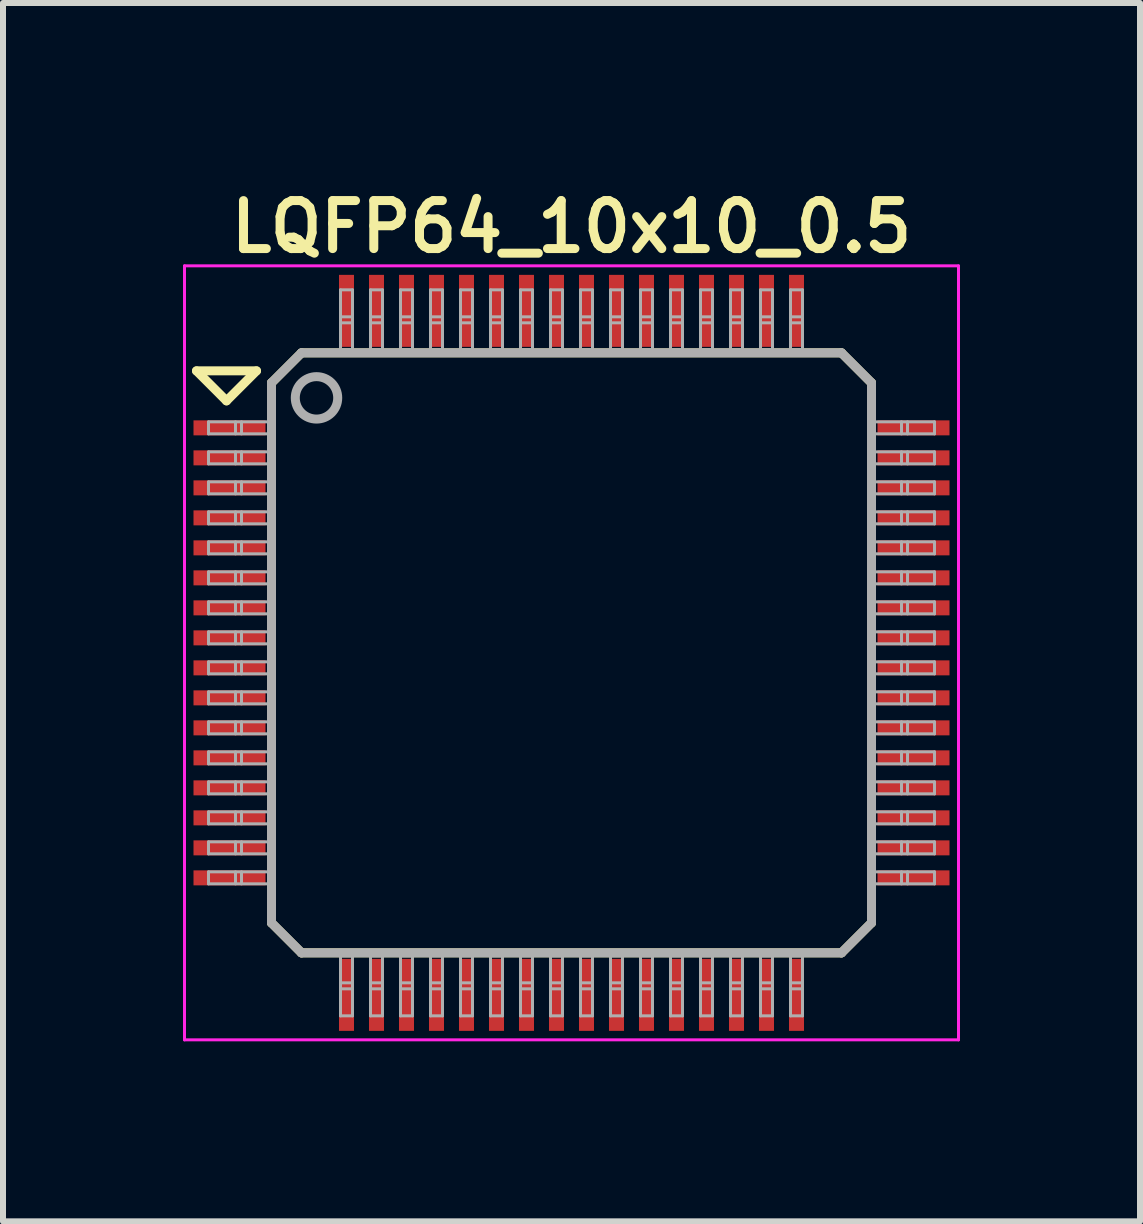
<source format=kicad_pcb>
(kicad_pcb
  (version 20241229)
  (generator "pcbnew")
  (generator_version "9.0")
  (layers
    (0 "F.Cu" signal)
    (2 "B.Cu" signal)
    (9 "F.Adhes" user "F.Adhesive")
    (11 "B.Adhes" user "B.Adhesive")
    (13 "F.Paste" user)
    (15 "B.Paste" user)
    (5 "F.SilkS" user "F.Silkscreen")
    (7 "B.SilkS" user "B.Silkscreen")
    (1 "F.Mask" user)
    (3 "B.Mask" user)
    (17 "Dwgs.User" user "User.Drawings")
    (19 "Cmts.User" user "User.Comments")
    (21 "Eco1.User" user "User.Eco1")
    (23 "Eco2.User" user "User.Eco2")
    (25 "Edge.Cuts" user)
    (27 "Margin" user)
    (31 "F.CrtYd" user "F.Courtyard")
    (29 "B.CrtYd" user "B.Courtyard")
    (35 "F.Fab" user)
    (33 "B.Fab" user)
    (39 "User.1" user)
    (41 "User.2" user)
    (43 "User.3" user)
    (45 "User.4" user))
  (footprint "LQFP64_10x10_0.5"
    (layer "F.Cu")
    (at 6.475 7.831)
    (property "Reference" "LQFP64_10x10_0.5" (at 0 -7.1 0) (layer "F.SilkS") (effects (font (size 0.8 0.8) (thickness 0.15))))
    (attr smd)
    (fp_line (start -6.25 -4.7) (end -5.25 -4.7) (stroke (width 0.15) (type solid)) (layer "F.SilkS"))
    (fp_line (start -5.75 -4.2) (end -6.25 -4.7) (stroke (width 0.15) (type solid)) (layer "F.SilkS"))
    (fp_line (start -5.25 -4.7) (end -5.75 -4.2) (stroke (width 0.15) (type solid)) (layer "F.SilkS"))
    (fp_line (start -5 -4.5) (end -5 4.5) (stroke (width 0.15) (type solid)) (layer "F.SilkS"))
    (fp_line (start -5 4.5) (end -4.5 5) (stroke (width 0.15) (type solid)) (layer "F.SilkS"))
    (fp_line (start -4.5 -5) (end -5 -4.5) (stroke (width 0.15) (type solid)) (layer "F.SilkS"))
    (fp_line (start -4.5 5) (end 4.5 5) (stroke (width 0.15) (type solid)) (layer "F.SilkS"))
    (fp_line (start 4.5 -5) (end -4.5 -5) (stroke (width 0.15) (type solid)) (layer "F.SilkS"))
    (fp_line (start 4.5 5) (end 5 4.5) (stroke (width 0.15) (type solid)) (layer "F.SilkS"))
    (fp_line (start 5 -4.5) (end 4.5 -5) (stroke (width 0.15) (type solid)) (layer "F.SilkS"))
    (fp_line (start 5 4.5) (end 5 -4.5) (stroke (width 0.15) (type solid)) (layer "F.SilkS"))
    (fp_line (start -6.45 -6.45) (end -6.45 6.45) (stroke (width 0.05) (type solid)) (layer "F.CrtYd"))
    (fp_line (start -6.45 -6.45) (end 6.45 -6.45) (stroke (width 0.05) (type solid)) (layer "F.CrtYd"))
    (fp_line (start -6.45 6.45) (end 6.45 6.45) (stroke (width 0.05) (type solid)) (layer "F.CrtYd"))
    (fp_line (start 6.45 -6.45) (end 6.45 6.45) (stroke (width 0.05) (type solid)) (layer "F.CrtYd"))
    (fp_line (start -6.05 -3.85) (end -5.05 -3.85) (stroke (width 0.05) (type solid)) (layer "F.Fab"))
    (fp_line (start -6.05 -3.65) (end -6.05 -3.85) (stroke (width 0.05) (type solid)) (layer "F.Fab"))
    (fp_line (start -6.05 -3.65) (end -5.05 -3.65) (stroke (width 0.05) (type solid)) (layer "F.Fab"))
    (fp_line (start -6.05 -3.35) (end -5.05 -3.35) (stroke (width 0.05) (type solid)) (layer "F.Fab"))
    (fp_line (start -6.05 -3.15) (end -6.05 -3.35) (stroke (width 0.05) (type solid)) (layer "F.Fab"))
    (fp_line (start -6.05 -3.15) (end -5.05 -3.15) (stroke (width 0.05) (type solid)) (layer "F.Fab"))
    (fp_line (start -6.05 -2.85) (end -5.05 -2.85) (stroke (width 0.05) (type solid)) (layer "F.Fab"))
    (fp_line (start -6.05 -2.65) (end -6.05 -2.85) (stroke (width 0.05) (type solid)) (layer "F.Fab"))
    (fp_line (start -6.05 -2.65) (end -5.05 -2.65) (stroke (width 0.05) (type solid)) (layer "F.Fab"))
    (fp_line (start -6.05 -2.35) (end -5.05 -2.35) (stroke (width 0.05) (type solid)) (layer "F.Fab"))
    (fp_line (start -6.05 -2.15) (end -6.05 -2.35) (stroke (width 0.05) (type solid)) (layer "F.Fab"))
    (fp_line (start -6.05 -2.15) (end -5.05 -2.15) (stroke (width 0.05) (type solid)) (layer "F.Fab"))
    (fp_line (start -6.05 -1.85) (end -5.05 -1.85) (stroke (width 0.05) (type solid)) (layer "F.Fab"))
    (fp_line (start -6.05 -1.65) (end -6.05 -1.85) (stroke (width 0.05) (type solid)) (layer "F.Fab"))
    (fp_line (start -6.05 -1.65) (end -5.05 -1.65) (stroke (width 0.05) (type solid)) (layer "F.Fab"))
    (fp_line (start -6.05 -1.35) (end -5.05 -1.35) (stroke (width 0.05) (type solid)) (layer "F.Fab"))
    (fp_line (start -6.05 -1.15) (end -6.05 -1.35) (stroke (width 0.05) (type solid)) (layer "F.Fab"))
    (fp_line (start -6.05 -1.15) (end -5.05 -1.15) (stroke (width 0.05) (type solid)) (layer "F.Fab"))
    (fp_line (start -6.05 -0.85) (end -5.05 -0.85) (stroke (width 0.05) (type solid)) (layer "F.Fab"))
    (fp_line (start -6.05 -0.65) (end -6.05 -0.85) (stroke (width 0.05) (type solid)) (layer "F.Fab"))
    (fp_line (start -6.05 -0.65) (end -5.05 -0.65) (stroke (width 0.05) (type solid)) (layer "F.Fab"))
    (fp_line (start -6.05 -0.35) (end -5.05 -0.35) (stroke (width 0.05) (type solid)) (layer "F.Fab"))
    (fp_line (start -6.05 -0.15) (end -6.05 -0.35) (stroke (width 0.05) (type solid)) (layer "F.Fab"))
    (fp_line (start -6.05 -0.15) (end -5.05 -0.15) (stroke (width 0.05) (type solid)) (layer "F.Fab"))
    (fp_line (start -6.05 0.15) (end -5.05 0.15) (stroke (width 0.05) (type solid)) (layer "F.Fab"))
    (fp_line (start -6.05 0.35) (end -6.05 0.15) (stroke (width 0.05) (type solid)) (layer "F.Fab"))
    (fp_line (start -6.05 0.35) (end -5.05 0.35) (stroke (width 0.05) (type solid)) (layer "F.Fab"))
    (fp_line (start -6.05 0.65) (end -5.05 0.65) (stroke (width 0.05) (type solid)) (layer "F.Fab"))
    (fp_line (start -6.05 0.85) (end -6.05 0.65) (stroke (width 0.05) (type solid)) (layer "F.Fab"))
    (fp_line (start -6.05 0.85) (end -5.05 0.85) (stroke (width 0.05) (type solid)) (layer "F.Fab"))
    (fp_line (start -6.05 1.15) (end -5.05 1.15) (stroke (width 0.05) (type solid)) (layer "F.Fab"))
    (fp_line (start -6.05 1.35) (end -6.05 1.15) (stroke (width 0.05) (type solid)) (layer "F.Fab"))
    (fp_line (start -6.05 1.35) (end -5.05 1.35) (stroke (width 0.05) (type solid)) (layer "F.Fab"))
    (fp_line (start -6.05 1.65) (end -5.05 1.65) (stroke (width 0.05) (type solid)) (layer "F.Fab"))
    (fp_line (start -6.05 1.85) (end -6.05 1.65) (stroke (width 0.05) (type solid)) (layer "F.Fab"))
    (fp_line (start -6.05 1.85) (end -5.05 1.85) (stroke (width 0.05) (type solid)) (layer "F.Fab"))
    (fp_line (start -6.05 2.15) (end -5.05 2.15) (stroke (width 0.05) (type solid)) (layer "F.Fab"))
    (fp_line (start -6.05 2.35) (end -6.05 2.15) (stroke (width 0.05) (type solid)) (layer "F.Fab"))
    (fp_line (start -6.05 2.35) (end -5.05 2.35) (stroke (width 0.05) (type solid)) (layer "F.Fab"))
    (fp_line (start -6.05 2.65) (end -5.05 2.65) (stroke (width 0.05) (type solid)) (layer "F.Fab"))
    (fp_line (start -6.05 2.85) (end -6.05 2.65) (stroke (width 0.05) (type solid)) (layer "F.Fab"))
    (fp_line (start -6.05 2.85) (end -5.05 2.85) (stroke (width 0.05) (type solid)) (layer "F.Fab"))
    (fp_line (start -6.05 3.15) (end -5.05 3.15) (stroke (width 0.05) (type solid)) (layer "F.Fab"))
    (fp_line (start -6.05 3.35) (end -6.05 3.15) (stroke (width 0.05) (type solid)) (layer "F.Fab"))
    (fp_line (start -6.05 3.35) (end -5.05 3.35) (stroke (width 0.05) (type solid)) (layer "F.Fab"))
    (fp_line (start -6.05 3.65) (end -5.05 3.65) (stroke (width 0.05) (type solid)) (layer "F.Fab"))
    (fp_line (start -6.05 3.85) (end -6.05 3.65) (stroke (width 0.05) (type solid)) (layer "F.Fab"))
    (fp_line (start -6.05 3.85) (end -5.05 3.85) (stroke (width 0.05) (type solid)) (layer "F.Fab"))
    (fp_line (start -5.6 -3.65) (end -5.6 -3.85) (stroke (width 0.05) (type solid)) (layer "F.Fab"))
    (fp_line (start -5.6 -3.15) (end -5.6 -3.35) (stroke (width 0.05) (type solid)) (layer "F.Fab"))
    (fp_line (start -5.6 -2.65) (end -5.6 -2.85) (stroke (width 0.05) (type solid)) (layer "F.Fab"))
    (fp_line (start -5.6 -2.15) (end -5.6 -2.35) (stroke (width 0.05) (type solid)) (layer "F.Fab"))
    (fp_line (start -5.6 -1.65) (end -5.6 -1.85) (stroke (width 0.05) (type solid)) (layer "F.Fab"))
    (fp_line (start -5.6 -1.15) (end -5.6 -1.35) (stroke (width 0.05) (type solid)) (layer "F.Fab"))
    (fp_line (start -5.6 -0.65) (end -5.6 -0.85) (stroke (width 0.05) (type solid)) (layer "F.Fab"))
    (fp_line (start -5.6 -0.15) (end -5.6 -0.35) (stroke (width 0.05) (type solid)) (layer "F.Fab"))
    (fp_line (start -5.6 0.35) (end -5.6 0.15) (stroke (width 0.05) (type solid)) (layer "F.Fab"))
    (fp_line (start -5.6 0.85) (end -5.6 0.65) (stroke (width 0.05) (type solid)) (layer "F.Fab"))
    (fp_line (start -5.6 1.35) (end -5.6 1.15) (stroke (width 0.05) (type solid)) (layer "F.Fab"))
    (fp_line (start -5.6 1.85) (end -5.6 1.65) (stroke (width 0.05) (type solid)) (layer "F.Fab"))
    (fp_line (start -5.6 2.35) (end -5.6 2.15) (stroke (width 0.05) (type solid)) (layer "F.Fab"))
    (fp_line (start -5.6 2.85) (end -5.6 2.65) (stroke (width 0.05) (type solid)) (layer "F.Fab"))
    (fp_line (start -5.6 3.35) (end -5.6 3.15) (stroke (width 0.05) (type solid)) (layer "F.Fab"))
    (fp_line (start -5.6 3.85) (end -5.6 3.65) (stroke (width 0.05) (type solid)) (layer "F.Fab"))
    (fp_line (start -5.5 -3.65) (end -5.5 -3.85) (stroke (width 0.05) (type solid)) (layer "F.Fab"))
    (fp_line (start -5.5 -3.15) (end -5.5 -3.35) (stroke (width 0.05) (type solid)) (layer "F.Fab"))
    (fp_line (start -5.5 -2.65) (end -5.5 -2.85) (stroke (width 0.05) (type solid)) (layer "F.Fab"))
    (fp_line (start -5.5 -2.15) (end -5.5 -2.35) (stroke (width 0.05) (type solid)) (layer "F.Fab"))
    (fp_line (start -5.5 -1.65) (end -5.5 -1.85) (stroke (width 0.05) (type solid)) (layer "F.Fab"))
    (fp_line (start -5.5 -1.15) (end -5.5 -1.35) (stroke (width 0.05) (type solid)) (layer "F.Fab"))
    (fp_line (start -5.5 -0.65) (end -5.5 -0.85) (stroke (width 0.05) (type solid)) (layer "F.Fab"))
    (fp_line (start -5.5 -0.15) (end -5.5 -0.35) (stroke (width 0.05) (type solid)) (layer "F.Fab"))
    (fp_line (start -5.5 0.35) (end -5.5 0.15) (stroke (width 0.05) (type solid)) (layer "F.Fab"))
    (fp_line (start -5.5 0.85) (end -5.5 0.65) (stroke (width 0.05) (type solid)) (layer "F.Fab"))
    (fp_line (start -5.5 1.35) (end -5.5 1.15) (stroke (width 0.05) (type solid)) (layer "F.Fab"))
    (fp_line (start -5.5 1.85) (end -5.5 1.65) (stroke (width 0.05) (type solid)) (layer "F.Fab"))
    (fp_line (start -5.5 2.35) (end -5.5 2.15) (stroke (width 0.05) (type solid)) (layer "F.Fab"))
    (fp_line (start -5.5 2.85) (end -5.5 2.65) (stroke (width 0.05) (type solid)) (layer "F.Fab"))
    (fp_line (start -5.5 3.35) (end -5.5 3.15) (stroke (width 0.05) (type solid)) (layer "F.Fab"))
    (fp_line (start -5.5 3.85) (end -5.5 3.65) (stroke (width 0.05) (type solid)) (layer "F.Fab"))
    (fp_line (start -5.05 -3.65) (end -5.05 -3.85) (stroke (width 0.05) (type solid)) (layer "F.Fab"))
    (fp_line (start -5.05 -3.15) (end -5.05 -3.35) (stroke (width 0.05) (type solid)) (layer "F.Fab"))
    (fp_line (start -5.05 -2.65) (end -5.05 -2.85) (stroke (width 0.05) (type solid)) (layer "F.Fab"))
    (fp_line (start -5.05 -2.15) (end -5.05 -2.35) (stroke (width 0.05) (type solid)) (layer "F.Fab"))
    (fp_line (start -5.05 -1.65) (end -5.05 -1.85) (stroke (width 0.05) (type solid)) (layer "F.Fab"))
    (fp_line (start -5.05 -1.15) (end -5.05 -1.35) (stroke (width 0.05) (type solid)) (layer "F.Fab"))
    (fp_line (start -5.05 -0.65) (end -5.05 -0.85) (stroke (width 0.05) (type solid)) (layer "F.Fab"))
    (fp_line (start -5.05 -0.15) (end -5.05 -0.35) (stroke (width 0.05) (type solid)) (layer "F.Fab"))
    (fp_line (start -5.05 0.35) (end -5.05 0.15) (stroke (width 0.05) (type solid)) (layer "F.Fab"))
    (fp_line (start -5.05 0.85) (end -5.05 0.65) (stroke (width 0.05) (type solid)) (layer "F.Fab"))
    (fp_line (start -5.05 1.35) (end -5.05 1.15) (stroke (width 0.05) (type solid)) (layer "F.Fab"))
    (fp_line (start -5.05 1.85) (end -5.05 1.65) (stroke (width 0.05) (type solid)) (layer "F.Fab"))
    (fp_line (start -5.05 2.35) (end -5.05 2.15) (stroke (width 0.05) (type solid)) (layer "F.Fab"))
    (fp_line (start -5.05 2.85) (end -5.05 2.65) (stroke (width 0.05) (type solid)) (layer "F.Fab"))
    (fp_line (start -5.05 3.35) (end -5.05 3.15) (stroke (width 0.05) (type solid)) (layer "F.Fab"))
    (fp_line (start -5.05 3.85) (end -5.05 3.65) (stroke (width 0.05) (type solid)) (layer "F.Fab"))
    (fp_line (start -5 -4.5) (end -5 4.5) (stroke (width 0.15) (type solid)) (layer "F.Fab"))
    (fp_line (start -5 -4.5) (end -4.5 -5) (stroke (width 0.15) (type solid)) (layer "F.Fab"))
    (fp_line (start -5 4.5) (end -4.5 5) (stroke (width 0.15) (type solid)) (layer "F.Fab"))
    (fp_line (start -4.5 -5) (end 4.5 -5) (stroke (width 0.15) (type solid)) (layer "F.Fab"))
    (fp_line (start -4.5 5) (end 4.5 5) (stroke (width 0.15) (type solid)) (layer "F.Fab"))
    (fp_line (start -3.85 -6.05) (end -3.85 -5.05) (stroke (width 0.05) (type solid)) (layer "F.Fab"))
    (fp_line (start -3.85 -6.05) (end -3.65 -6.05) (stroke (width 0.05) (type solid)) (layer "F.Fab"))
    (fp_line (start -3.85 -5.6) (end -3.65 -5.6) (stroke (width 0.05) (type solid)) (layer "F.Fab"))
    (fp_line (start -3.85 -5.5) (end -3.65 -5.5) (stroke (width 0.05) (type solid)) (layer "F.Fab"))
    (fp_line (start -3.85 -5.05) (end -3.65 -5.05) (stroke (width 0.05) (type solid)) (layer "F.Fab"))
    (fp_line (start -3.85 5.05) (end -3.85 6.05) (stroke (width 0.05) (type solid)) (layer "F.Fab"))
    (fp_line (start -3.85 5.05) (end -3.65 5.05) (stroke (width 0.05) (type solid)) (layer "F.Fab"))
    (fp_line (start -3.85 5.5) (end -3.65 5.5) (stroke (width 0.05) (type solid)) (layer "F.Fab"))
    (fp_line (start -3.85 5.6) (end -3.65 5.6) (stroke (width 0.05) (type solid)) (layer "F.Fab"))
    (fp_line (start -3.85 6.05) (end -3.65 6.05) (stroke (width 0.05) (type solid)) (layer "F.Fab"))
    (fp_line (start -3.65 -6.05) (end -3.65 -5.05) (stroke (width 0.05) (type solid)) (layer "F.Fab"))
    (fp_line (start -3.65 5.05) (end -3.65 6.05) (stroke (width 0.05) (type solid)) (layer "F.Fab"))
    (fp_line (start -3.35 -6.05) (end -3.35 -5.05) (stroke (width 0.05) (type solid)) (layer "F.Fab"))
    (fp_line (start -3.35 -6.05) (end -3.15 -6.05) (stroke (width 0.05) (type solid)) (layer "F.Fab"))
    (fp_line (start -3.35 -5.6) (end -3.15 -5.6) (stroke (width 0.05) (type solid)) (layer "F.Fab"))
    (fp_line (start -3.35 -5.5) (end -3.15 -5.5) (stroke (width 0.05) (type solid)) (layer "F.Fab"))
    (fp_line (start -3.35 -5.05) (end -3.15 -5.05) (stroke (width 0.05) (type solid)) (layer "F.Fab"))
    (fp_line (start -3.35 5.05) (end -3.35 6.05) (stroke (width 0.05) (type solid)) (layer "F.Fab"))
    (fp_line (start -3.35 5.05) (end -3.15 5.05) (stroke (width 0.05) (type solid)) (layer "F.Fab"))
    (fp_line (start -3.35 5.5) (end -3.15 5.5) (stroke (width 0.05) (type solid)) (layer "F.Fab"))
    (fp_line (start -3.35 5.6) (end -3.15 5.6) (stroke (width 0.05) (type solid)) (layer "F.Fab"))
    (fp_line (start -3.35 6.05) (end -3.15 6.05) (stroke (width 0.05) (type solid)) (layer "F.Fab"))
    (fp_line (start -3.15 -6.05) (end -3.15 -5.05) (stroke (width 0.05) (type solid)) (layer "F.Fab"))
    (fp_line (start -3.15 5.05) (end -3.15 6.05) (stroke (width 0.05) (type solid)) (layer "F.Fab"))
    (fp_line (start -2.85 -6.05) (end -2.85 -5.05) (stroke (width 0.05) (type solid)) (layer "F.Fab"))
    (fp_line (start -2.85 -6.05) (end -2.65 -6.05) (stroke (width 0.05) (type solid)) (layer "F.Fab"))
    (fp_line (start -2.85 -5.6) (end -2.65 -5.6) (stroke (width 0.05) (type solid)) (layer "F.Fab"))
    (fp_line (start -2.85 -5.5) (end -2.65 -5.5) (stroke (width 0.05) (type solid)) (layer "F.Fab"))
    (fp_line (start -2.85 -5.05) (end -2.65 -5.05) (stroke (width 0.05) (type solid)) (layer "F.Fab"))
    (fp_line (start -2.85 5.05) (end -2.85 6.05) (stroke (width 0.05) (type solid)) (layer "F.Fab"))
    (fp_line (start -2.85 5.05) (end -2.65 5.05) (stroke (width 0.05) (type solid)) (layer "F.Fab"))
    (fp_line (start -2.85 5.5) (end -2.65 5.5) (stroke (width 0.05) (type solid)) (layer "F.Fab"))
    (fp_line (start -2.85 5.6) (end -2.65 5.6) (stroke (width 0.05) (type solid)) (layer "F.Fab"))
    (fp_line (start -2.85 6.05) (end -2.65 6.05) (stroke (width 0.05) (type solid)) (layer "F.Fab"))
    (fp_line (start -2.65 -6.05) (end -2.65 -5.05) (stroke (width 0.05) (type solid)) (layer "F.Fab"))
    (fp_line (start -2.65 5.05) (end -2.65 6.05) (stroke (width 0.05) (type solid)) (layer "F.Fab"))
    (fp_line (start -2.35 -6.05) (end -2.35 -5.05) (stroke (width 0.05) (type solid)) (layer "F.Fab"))
    (fp_line (start -2.35 -6.05) (end -2.15 -6.05) (stroke (width 0.05) (type solid)) (layer "F.Fab"))
    (fp_line (start -2.35 -5.6) (end -2.15 -5.6) (stroke (width 0.05) (type solid)) (layer "F.Fab"))
    (fp_line (start -2.35 -5.5) (end -2.15 -5.5) (stroke (width 0.05) (type solid)) (layer "F.Fab"))
    (fp_line (start -2.35 -5.05) (end -2.15 -5.05) (stroke (width 0.05) (type solid)) (layer "F.Fab"))
    (fp_line (start -2.35 5.05) (end -2.35 6.05) (stroke (width 0.05) (type solid)) (layer "F.Fab"))
    (fp_line (start -2.35 5.05) (end -2.15 5.05) (stroke (width 0.05) (type solid)) (layer "F.Fab"))
    (fp_line (start -2.35 5.5) (end -2.15 5.5) (stroke (width 0.05) (type solid)) (layer "F.Fab"))
    (fp_line (start -2.35 5.6) (end -2.15 5.6) (stroke (width 0.05) (type solid)) (layer "F.Fab"))
    (fp_line (start -2.35 6.05) (end -2.15 6.05) (stroke (width 0.05) (type solid)) (layer "F.Fab"))
    (fp_line (start -2.15 -6.05) (end -2.15 -5.05) (stroke (width 0.05) (type solid)) (layer "F.Fab"))
    (fp_line (start -2.15 5.05) (end -2.15 6.05) (stroke (width 0.05) (type solid)) (layer "F.Fab"))
    (fp_line (start -1.85 -6.05) (end -1.85 -5.05) (stroke (width 0.05) (type solid)) (layer "F.Fab"))
    (fp_line (start -1.85 -6.05) (end -1.65 -6.05) (stroke (width 0.05) (type solid)) (layer "F.Fab"))
    (fp_line (start -1.85 -5.6) (end -1.65 -5.6) (stroke (width 0.05) (type solid)) (layer "F.Fab"))
    (fp_line (start -1.85 -5.5) (end -1.65 -5.5) (stroke (width 0.05) (type solid)) (layer "F.Fab"))
    (fp_line (start -1.85 -5.05) (end -1.65 -5.05) (stroke (width 0.05) (type solid)) (layer "F.Fab"))
    (fp_line (start -1.85 5.05) (end -1.85 6.05) (stroke (width 0.05) (type solid)) (layer "F.Fab"))
    (fp_line (start -1.85 5.05) (end -1.65 5.05) (stroke (width 0.05) (type solid)) (layer "F.Fab"))
    (fp_line (start -1.85 5.5) (end -1.65 5.5) (stroke (width 0.05) (type solid)) (layer "F.Fab"))
    (fp_line (start -1.85 5.6) (end -1.65 5.6) (stroke (width 0.05) (type solid)) (layer "F.Fab"))
    (fp_line (start -1.85 6.05) (end -1.65 6.05) (stroke (width 0.05) (type solid)) (layer "F.Fab"))
    (fp_line (start -1.65 -6.05) (end -1.65 -5.05) (stroke (width 0.05) (type solid)) (layer "F.Fab"))
    (fp_line (start -1.65 5.05) (end -1.65 6.05) (stroke (width 0.05) (type solid)) (layer "F.Fab"))
    (fp_line (start -1.35 -6.05) (end -1.35 -5.05) (stroke (width 0.05) (type solid)) (layer "F.Fab"))
    (fp_line (start -1.35 -6.05) (end -1.15 -6.05) (stroke (width 0.05) (type solid)) (layer "F.Fab"))
    (fp_line (start -1.35 -5.6) (end -1.15 -5.6) (stroke (width 0.05) (type solid)) (layer "F.Fab"))
    (fp_line (start -1.35 -5.5) (end -1.15 -5.5) (stroke (width 0.05) (type solid)) (layer "F.Fab"))
    (fp_line (start -1.35 -5.05) (end -1.15 -5.05) (stroke (width 0.05) (type solid)) (layer "F.Fab"))
    (fp_line (start -1.35 5.05) (end -1.35 6.05) (stroke (width 0.05) (type solid)) (layer "F.Fab"))
    (fp_line (start -1.35 5.05) (end -1.15 5.05) (stroke (width 0.05) (type solid)) (layer "F.Fab"))
    (fp_line (start -1.35 5.5) (end -1.15 5.5) (stroke (width 0.05) (type solid)) (layer "F.Fab"))
    (fp_line (start -1.35 5.6) (end -1.15 5.6) (stroke (width 0.05) (type solid)) (layer "F.Fab"))
    (fp_line (start -1.35 6.05) (end -1.15 6.05) (stroke (width 0.05) (type solid)) (layer "F.Fab"))
    (fp_line (start -1.15 -6.05) (end -1.15 -5.05) (stroke (width 0.05) (type solid)) (layer "F.Fab"))
    (fp_line (start -1.15 5.05) (end -1.15 6.05) (stroke (width 0.05) (type solid)) (layer "F.Fab"))
    (fp_line (start -0.85 -6.05) (end -0.85 -5.05) (stroke (width 0.05) (type solid)) (layer "F.Fab"))
    (fp_line (start -0.85 -6.05) (end -0.65 -6.05) (stroke (width 0.05) (type solid)) (layer "F.Fab"))
    (fp_line (start -0.85 -5.6) (end -0.65 -5.6) (stroke (width 0.05) (type solid)) (layer "F.Fab"))
    (fp_line (start -0.85 -5.5) (end -0.65 -5.5) (stroke (width 0.05) (type solid)) (layer "F.Fab"))
    (fp_line (start -0.85 -5.05) (end -0.65 -5.05) (stroke (width 0.05) (type solid)) (layer "F.Fab"))
    (fp_line (start -0.85 5.05) (end -0.85 6.05) (stroke (width 0.05) (type solid)) (layer "F.Fab"))
    (fp_line (start -0.85 5.05) (end -0.65 5.05) (stroke (width 0.05) (type solid)) (layer "F.Fab"))
    (fp_line (start -0.85 5.5) (end -0.65 5.5) (stroke (width 0.05) (type solid)) (layer "F.Fab"))
    (fp_line (start -0.85 5.6) (end -0.65 5.6) (stroke (width 0.05) (type solid)) (layer "F.Fab"))
    (fp_line (start -0.85 6.05) (end -0.65 6.05) (stroke (width 0.05) (type solid)) (layer "F.Fab"))
    (fp_line (start -0.65 -6.05) (end -0.65 -5.05) (stroke (width 0.05) (type solid)) (layer "F.Fab"))
    (fp_line (start -0.65 5.05) (end -0.65 6.05) (stroke (width 0.05) (type solid)) (layer "F.Fab"))
    (fp_line (start -0.35 -6.05) (end -0.35 -5.05) (stroke (width 0.05) (type solid)) (layer "F.Fab"))
    (fp_line (start -0.35 -6.05) (end -0.15 -6.05) (stroke (width 0.05) (type solid)) (layer "F.Fab"))
    (fp_line (start -0.35 -5.6) (end -0.15 -5.6) (stroke (width 0.05) (type solid)) (layer "F.Fab"))
    (fp_line (start -0.35 -5.5) (end -0.15 -5.5) (stroke (width 0.05) (type solid)) (layer "F.Fab"))
    (fp_line (start -0.35 -5.05) (end -0.15 -5.05) (stroke (width 0.05) (type solid)) (layer "F.Fab"))
    (fp_line (start -0.35 5.05) (end -0.35 6.05) (stroke (width 0.05) (type solid)) (layer "F.Fab"))
    (fp_line (start -0.35 5.05) (end -0.15 5.05) (stroke (width 0.05) (type solid)) (layer "F.Fab"))
    (fp_line (start -0.35 5.5) (end -0.15 5.5) (stroke (width 0.05) (type solid)) (layer "F.Fab"))
    (fp_line (start -0.35 5.6) (end -0.15 5.6) (stroke (width 0.05) (type solid)) (layer "F.Fab"))
    (fp_line (start -0.35 6.05) (end -0.15 6.05) (stroke (width 0.05) (type solid)) (layer "F.Fab"))
    (fp_line (start -0.15 -6.05) (end -0.15 -5.05) (stroke (width 0.05) (type solid)) (layer "F.Fab"))
    (fp_line (start -0.15 5.05) (end -0.15 6.05) (stroke (width 0.05) (type solid)) (layer "F.Fab"))
    (fp_line (start 0.15 -6.05) (end 0.15 -5.05) (stroke (width 0.05) (type solid)) (layer "F.Fab"))
    (fp_line (start 0.15 -6.05) (end 0.35 -6.05) (stroke (width 0.05) (type solid)) (layer "F.Fab"))
    (fp_line (start 0.15 -5.6) (end 0.35 -5.6) (stroke (width 0.05) (type solid)) (layer "F.Fab"))
    (fp_line (start 0.15 -5.5) (end 0.35 -5.5) (stroke (width 0.05) (type solid)) (layer "F.Fab"))
    (fp_line (start 0.15 -5.05) (end 0.35 -5.05) (stroke (width 0.05) (type solid)) (layer "F.Fab"))
    (fp_line (start 0.15 5.05) (end 0.15 6.05) (stroke (width 0.05) (type solid)) (layer "F.Fab"))
    (fp_line (start 0.15 5.05) (end 0.35 5.05) (stroke (width 0.05) (type solid)) (layer "F.Fab"))
    (fp_line (start 0.15 5.5) (end 0.35 5.5) (stroke (width 0.05) (type solid)) (layer "F.Fab"))
    (fp_line (start 0.15 5.6) (end 0.35 5.6) (stroke (width 0.05) (type solid)) (layer "F.Fab"))
    (fp_line (start 0.15 6.05) (end 0.35 6.05) (stroke (width 0.05) (type solid)) (layer "F.Fab"))
    (fp_line (start 0.35 -6.05) (end 0.35 -5.05) (stroke (width 0.05) (type solid)) (layer "F.Fab"))
    (fp_line (start 0.35 5.05) (end 0.35 6.05) (stroke (width 0.05) (type solid)) (layer "F.Fab"))
    (fp_line (start 0.65 -6.05) (end 0.65 -5.05) (stroke (width 0.05) (type solid)) (layer "F.Fab"))
    (fp_line (start 0.65 -6.05) (end 0.85 -6.05) (stroke (width 0.05) (type solid)) (layer "F.Fab"))
    (fp_line (start 0.65 -5.6) (end 0.85 -5.6) (stroke (width 0.05) (type solid)) (layer "F.Fab"))
    (fp_line (start 0.65 -5.5) (end 0.85 -5.5) (stroke (width 0.05) (type solid)) (layer "F.Fab"))
    (fp_line (start 0.65 -5.05) (end 0.85 -5.05) (stroke (width 0.05) (type solid)) (layer "F.Fab"))
    (fp_line (start 0.65 5.05) (end 0.65 6.05) (stroke (width 0.05) (type solid)) (layer "F.Fab"))
    (fp_line (start 0.65 5.05) (end 0.85 5.05) (stroke (width 0.05) (type solid)) (layer "F.Fab"))
    (fp_line (start 0.65 5.5) (end 0.85 5.5) (stroke (width 0.05) (type solid)) (layer "F.Fab"))
    (fp_line (start 0.65 5.6) (end 0.85 5.6) (stroke (width 0.05) (type solid)) (layer "F.Fab"))
    (fp_line (start 0.65 6.05) (end 0.85 6.05) (stroke (width 0.05) (type solid)) (layer "F.Fab"))
    (fp_line (start 0.85 -6.05) (end 0.85 -5.05) (stroke (width 0.05) (type solid)) (layer "F.Fab"))
    (fp_line (start 0.85 5.05) (end 0.85 6.05) (stroke (width 0.05) (type solid)) (layer "F.Fab"))
    (fp_line (start 1.15 -6.05) (end 1.15 -5.05) (stroke (width 0.05) (type solid)) (layer "F.Fab"))
    (fp_line (start 1.15 -6.05) (end 1.35 -6.05) (stroke (width 0.05) (type solid)) (layer "F.Fab"))
    (fp_line (start 1.15 -5.6) (end 1.35 -5.6) (stroke (width 0.05) (type solid)) (layer "F.Fab"))
    (fp_line (start 1.15 -5.5) (end 1.35 -5.5) (stroke (width 0.05) (type solid)) (layer "F.Fab"))
    (fp_line (start 1.15 -5.05) (end 1.35 -5.05) (stroke (width 0.05) (type solid)) (layer "F.Fab"))
    (fp_line (start 1.15 5.05) (end 1.15 6.05) (stroke (width 0.05) (type solid)) (layer "F.Fab"))
    (fp_line (start 1.15 5.05) (end 1.35 5.05) (stroke (width 0.05) (type solid)) (layer "F.Fab"))
    (fp_line (start 1.15 5.5) (end 1.35 5.5) (stroke (width 0.05) (type solid)) (layer "F.Fab"))
    (fp_line (start 1.15 5.6) (end 1.35 5.6) (stroke (width 0.05) (type solid)) (layer "F.Fab"))
    (fp_line (start 1.15 6.05) (end 1.35 6.05) (stroke (width 0.05) (type solid)) (layer "F.Fab"))
    (fp_line (start 1.35 -6.05) (end 1.35 -5.05) (stroke (width 0.05) (type solid)) (layer "F.Fab"))
    (fp_line (start 1.35 5.05) (end 1.35 6.05) (stroke (width 0.05) (type solid)) (layer "F.Fab"))
    (fp_line (start 1.65 -6.05) (end 1.65 -5.05) (stroke (width 0.05) (type solid)) (layer "F.Fab"))
    (fp_line (start 1.65 -6.05) (end 1.85 -6.05) (stroke (width 0.05) (type solid)) (layer "F.Fab"))
    (fp_line (start 1.65 -5.6) (end 1.85 -5.6) (stroke (width 0.05) (type solid)) (layer "F.Fab"))
    (fp_line (start 1.65 -5.5) (end 1.85 -5.5) (stroke (width 0.05) (type solid)) (layer "F.Fab"))
    (fp_line (start 1.65 -5.05) (end 1.85 -5.05) (stroke (width 0.05) (type solid)) (layer "F.Fab"))
    (fp_line (start 1.65 5.05) (end 1.65 6.05) (stroke (width 0.05) (type solid)) (layer "F.Fab"))
    (fp_line (start 1.65 5.05) (end 1.85 5.05) (stroke (width 0.05) (type solid)) (layer "F.Fab"))
    (fp_line (start 1.65 5.5) (end 1.85 5.5) (stroke (width 0.05) (type solid)) (layer "F.Fab"))
    (fp_line (start 1.65 5.6) (end 1.85 5.6) (stroke (width 0.05) (type solid)) (layer "F.Fab"))
    (fp_line (start 1.65 6.05) (end 1.85 6.05) (stroke (width 0.05) (type solid)) (layer "F.Fab"))
    (fp_line (start 1.85 -6.05) (end 1.85 -5.05) (stroke (width 0.05) (type solid)) (layer "F.Fab"))
    (fp_line (start 1.85 5.05) (end 1.85 6.05) (stroke (width 0.05) (type solid)) (layer "F.Fab"))
    (fp_line (start 2.15 -6.05) (end 2.15 -5.05) (stroke (width 0.05) (type solid)) (layer "F.Fab"))
    (fp_line (start 2.15 -6.05) (end 2.35 -6.05) (stroke (width 0.05) (type solid)) (layer "F.Fab"))
    (fp_line (start 2.15 -5.6) (end 2.35 -5.6) (stroke (width 0.05) (type solid)) (layer "F.Fab"))
    (fp_line (start 2.15 -5.5) (end 2.35 -5.5) (stroke (width 0.05) (type solid)) (layer "F.Fab"))
    (fp_line (start 2.15 -5.05) (end 2.35 -5.05) (stroke (width 0.05) (type solid)) (layer "F.Fab"))
    (fp_line (start 2.15 5.05) (end 2.15 6.05) (stroke (width 0.05) (type solid)) (layer "F.Fab"))
    (fp_line (start 2.15 5.05) (end 2.35 5.05) (stroke (width 0.05) (type solid)) (layer "F.Fab"))
    (fp_line (start 2.15 5.5) (end 2.35 5.5) (stroke (width 0.05) (type solid)) (layer "F.Fab"))
    (fp_line (start 2.15 5.6) (end 2.35 5.6) (stroke (width 0.05) (type solid)) (layer "F.Fab"))
    (fp_line (start 2.15 6.05) (end 2.35 6.05) (stroke (width 0.05) (type solid)) (layer "F.Fab"))
    (fp_line (start 2.35 -6.05) (end 2.35 -5.05) (stroke (width 0.05) (type solid)) (layer "F.Fab"))
    (fp_line (start 2.35 5.05) (end 2.35 6.05) (stroke (width 0.05) (type solid)) (layer "F.Fab"))
    (fp_line (start 2.65 -6.05) (end 2.65 -5.05) (stroke (width 0.05) (type solid)) (layer "F.Fab"))
    (fp_line (start 2.65 -6.05) (end 2.85 -6.05) (stroke (width 0.05) (type solid)) (layer "F.Fab"))
    (fp_line (start 2.65 -5.6) (end 2.85 -5.6) (stroke (width 0.05) (type solid)) (layer "F.Fab"))
    (fp_line (start 2.65 -5.5) (end 2.85 -5.5) (stroke (width 0.05) (type solid)) (layer "F.Fab"))
    (fp_line (start 2.65 -5.05) (end 2.85 -5.05) (stroke (width 0.05) (type solid)) (layer "F.Fab"))
    (fp_line (start 2.65 5.05) (end 2.65 6.05) (stroke (width 0.05) (type solid)) (layer "F.Fab"))
    (fp_line (start 2.65 5.05) (end 2.85 5.05) (stroke (width 0.05) (type solid)) (layer "F.Fab"))
    (fp_line (start 2.65 5.5) (end 2.85 5.5) (stroke (width 0.05) (type solid)) (layer "F.Fab"))
    (fp_line (start 2.65 5.6) (end 2.85 5.6) (stroke (width 0.05) (type solid)) (layer "F.Fab"))
    (fp_line (start 2.65 6.05) (end 2.85 6.05) (stroke (width 0.05) (type solid)) (layer "F.Fab"))
    (fp_line (start 2.85 -6.05) (end 2.85 -5.05) (stroke (width 0.05) (type solid)) (layer "F.Fab"))
    (fp_line (start 2.85 5.05) (end 2.85 6.05) (stroke (width 0.05) (type solid)) (layer "F.Fab"))
    (fp_line (start 3.15 -6.05) (end 3.15 -5.05) (stroke (width 0.05) (type solid)) (layer "F.Fab"))
    (fp_line (start 3.15 -6.05) (end 3.35 -6.05) (stroke (width 0.05) (type solid)) (layer "F.Fab"))
    (fp_line (start 3.15 -5.6) (end 3.35 -5.6) (stroke (width 0.05) (type solid)) (layer "F.Fab"))
    (fp_line (start 3.15 -5.5) (end 3.35 -5.5) (stroke (width 0.05) (type solid)) (layer "F.Fab"))
    (fp_line (start 3.15 -5.05) (end 3.35 -5.05) (stroke (width 0.05) (type solid)) (layer "F.Fab"))
    (fp_line (start 3.15 5.05) (end 3.15 6.05) (stroke (width 0.05) (type solid)) (layer "F.Fab"))
    (fp_line (start 3.15 5.05) (end 3.35 5.05) (stroke (width 0.05) (type solid)) (layer "F.Fab"))
    (fp_line (start 3.15 5.5) (end 3.35 5.5) (stroke (width 0.05) (type solid)) (layer "F.Fab"))
    (fp_line (start 3.15 5.6) (end 3.35 5.6) (stroke (width 0.05) (type solid)) (layer "F.Fab"))
    (fp_line (start 3.15 6.05) (end 3.35 6.05) (stroke (width 0.05) (type solid)) (layer "F.Fab"))
    (fp_line (start 3.35 -6.05) (end 3.35 -5.05) (stroke (width 0.05) (type solid)) (layer "F.Fab"))
    (fp_line (start 3.35 5.05) (end 3.35 6.05) (stroke (width 0.05) (type solid)) (layer "F.Fab"))
    (fp_line (start 3.65 -6.05) (end 3.65 -5.05) (stroke (width 0.05) (type solid)) (layer "F.Fab"))
    (fp_line (start 3.65 -6.05) (end 3.85 -6.05) (stroke (width 0.05) (type solid)) (layer "F.Fab"))
    (fp_line (start 3.65 -5.6) (end 3.85 -5.6) (stroke (width 0.05) (type solid)) (layer "F.Fab"))
    (fp_line (start 3.65 -5.5) (end 3.85 -5.5) (stroke (width 0.05) (type solid)) (layer "F.Fab"))
    (fp_line (start 3.65 -5.05) (end 3.85 -5.05) (stroke (width 0.05) (type solid)) (layer "F.Fab"))
    (fp_line (start 3.65 5.05) (end 3.65 6.05) (stroke (width 0.05) (type solid)) (layer "F.Fab"))
    (fp_line (start 3.65 5.05) (end 3.85 5.05) (stroke (width 0.05) (type solid)) (layer "F.Fab"))
    (fp_line (start 3.65 5.5) (end 3.85 5.5) (stroke (width 0.05) (type solid)) (layer "F.Fab"))
    (fp_line (start 3.65 5.6) (end 3.85 5.6) (stroke (width 0.05) (type solid)) (layer "F.Fab"))
    (fp_line (start 3.65 6.05) (end 3.85 6.05) (stroke (width 0.05) (type solid)) (layer "F.Fab"))
    (fp_line (start 3.85 -6.05) (end 3.85 -5.05) (stroke (width 0.05) (type solid)) (layer "F.Fab"))
    (fp_line (start 3.85 5.05) (end 3.85 6.05) (stroke (width 0.05) (type solid)) (layer "F.Fab"))
    (fp_line (start 4.5 -5) (end 5 -4.5) (stroke (width 0.15) (type solid)) (layer "F.Fab"))
    (fp_line (start 4.5 5) (end 5 4.5) (stroke (width 0.15) (type solid)) (layer "F.Fab"))
    (fp_line (start 5 4.5) (end 5 -4.5) (stroke (width 0.15) (type solid)) (layer "F.Fab"))
    (fp_line (start 5.05 -3.85) (end 6.05 -3.85) (stroke (width 0.05) (type solid)) (layer "F.Fab"))
    (fp_line (start 5.05 -3.65) (end 5.05 -3.85) (stroke (width 0.05) (type solid)) (layer "F.Fab"))
    (fp_line (start 5.05 -3.65) (end 6.05 -3.65) (stroke (width 0.05) (type solid)) (layer "F.Fab"))
    (fp_line (start 5.05 -3.35) (end 6.05 -3.35) (stroke (width 0.05) (type solid)) (layer "F.Fab"))
    (fp_line (start 5.05 -3.15) (end 5.05 -3.35) (stroke (width 0.05) (type solid)) (layer "F.Fab"))
    (fp_line (start 5.05 -3.15) (end 6.05 -3.15) (stroke (width 0.05) (type solid)) (layer "F.Fab"))
    (fp_line (start 5.05 -2.85) (end 6.05 -2.85) (stroke (width 0.05) (type solid)) (layer "F.Fab"))
    (fp_line (start 5.05 -2.65) (end 5.05 -2.85) (stroke (width 0.05) (type solid)) (layer "F.Fab"))
    (fp_line (start 5.05 -2.65) (end 6.05 -2.65) (stroke (width 0.05) (type solid)) (layer "F.Fab"))
    (fp_line (start 5.05 -2.35) (end 6.05 -2.35) (stroke (width 0.05) (type solid)) (layer "F.Fab"))
    (fp_line (start 5.05 -2.15) (end 5.05 -2.35) (stroke (width 0.05) (type solid)) (layer "F.Fab"))
    (fp_line (start 5.05 -2.15) (end 6.05 -2.15) (stroke (width 0.05) (type solid)) (layer "F.Fab"))
    (fp_line (start 5.05 -1.85) (end 6.05 -1.85) (stroke (width 0.05) (type solid)) (layer "F.Fab"))
    (fp_line (start 5.05 -1.65) (end 5.05 -1.85) (stroke (width 0.05) (type solid)) (layer "F.Fab"))
    (fp_line (start 5.05 -1.65) (end 6.05 -1.65) (stroke (width 0.05) (type solid)) (layer "F.Fab"))
    (fp_line (start 5.05 -1.35) (end 6.05 -1.35) (stroke (width 0.05) (type solid)) (layer "F.Fab"))
    (fp_line (start 5.05 -1.15) (end 5.05 -1.35) (stroke (width 0.05) (type solid)) (layer "F.Fab"))
    (fp_line (start 5.05 -1.15) (end 6.05 -1.15) (stroke (width 0.05) (type solid)) (layer "F.Fab"))
    (fp_line (start 5.05 -0.85) (end 6.05 -0.85) (stroke (width 0.05) (type solid)) (layer "F.Fab"))
    (fp_line (start 5.05 -0.65) (end 5.05 -0.85) (stroke (width 0.05) (type solid)) (layer "F.Fab"))
    (fp_line (start 5.05 -0.65) (end 6.05 -0.65) (stroke (width 0.05) (type solid)) (layer "F.Fab"))
    (fp_line (start 5.05 -0.35) (end 6.05 -0.35) (stroke (width 0.05) (type solid)) (layer "F.Fab"))
    (fp_line (start 5.05 -0.15) (end 5.05 -0.35) (stroke (width 0.05) (type solid)) (layer "F.Fab"))
    (fp_line (start 5.05 -0.15) (end 6.05 -0.15) (stroke (width 0.05) (type solid)) (layer "F.Fab"))
    (fp_line (start 5.05 0.15) (end 6.05 0.15) (stroke (width 0.05) (type solid)) (layer "F.Fab"))
    (fp_line (start 5.05 0.35) (end 5.05 0.15) (stroke (width 0.05) (type solid)) (layer "F.Fab"))
    (fp_line (start 5.05 0.35) (end 6.05 0.35) (stroke (width 0.05) (type solid)) (layer "F.Fab"))
    (fp_line (start 5.05 0.65) (end 6.05 0.65) (stroke (width 0.05) (type solid)) (layer "F.Fab"))
    (fp_line (start 5.05 0.85) (end 5.05 0.65) (stroke (width 0.05) (type solid)) (layer "F.Fab"))
    (fp_line (start 5.05 0.85) (end 6.05 0.85) (stroke (width 0.05) (type solid)) (layer "F.Fab"))
    (fp_line (start 5.05 1.15) (end 6.05 1.15) (stroke (width 0.05) (type solid)) (layer "F.Fab"))
    (fp_line (start 5.05 1.35) (end 5.05 1.15) (stroke (width 0.05) (type solid)) (layer "F.Fab"))
    (fp_line (start 5.05 1.35) (end 6.05 1.35) (stroke (width 0.05) (type solid)) (layer "F.Fab"))
    (fp_line (start 5.05 1.65) (end 6.05 1.65) (stroke (width 0.05) (type solid)) (layer "F.Fab"))
    (fp_line (start 5.05 1.85) (end 5.05 1.65) (stroke (width 0.05) (type solid)) (layer "F.Fab"))
    (fp_line (start 5.05 1.85) (end 6.05 1.85) (stroke (width 0.05) (type solid)) (layer "F.Fab"))
    (fp_line (start 5.05 2.15) (end 6.05 2.15) (stroke (width 0.05) (type solid)) (layer "F.Fab"))
    (fp_line (start 5.05 2.35) (end 5.05 2.15) (stroke (width 0.05) (type solid)) (layer "F.Fab"))
    (fp_line (start 5.05 2.35) (end 6.05 2.35) (stroke (width 0.05) (type solid)) (layer "F.Fab"))
    (fp_line (start 5.05 2.65) (end 6.05 2.65) (stroke (width 0.05) (type solid)) (layer "F.Fab"))
    (fp_line (start 5.05 2.85) (end 5.05 2.65) (stroke (width 0.05) (type solid)) (layer "F.Fab"))
    (fp_line (start 5.05 2.85) (end 6.05 2.85) (stroke (width 0.05) (type solid)) (layer "F.Fab"))
    (fp_line (start 5.05 3.15) (end 6.05 3.15) (stroke (width 0.05) (type solid)) (layer "F.Fab"))
    (fp_line (start 5.05 3.35) (end 5.05 3.15) (stroke (width 0.05) (type solid)) (layer "F.Fab"))
    (fp_line (start 5.05 3.35) (end 6.05 3.35) (stroke (width 0.05) (type solid)) (layer "F.Fab"))
    (fp_line (start 5.05 3.65) (end 6.05 3.65) (stroke (width 0.05) (type solid)) (layer "F.Fab"))
    (fp_line (start 5.05 3.85) (end 5.05 3.65) (stroke (width 0.05) (type solid)) (layer "F.Fab"))
    (fp_line (start 5.05 3.85) (end 6.05 3.85) (stroke (width 0.05) (type solid)) (layer "F.Fab"))
    (fp_line (start 5.5 -3.65) (end 5.5 -3.85) (stroke (width 0.05) (type solid)) (layer "F.Fab"))
    (fp_line (start 5.5 -3.15) (end 5.5 -3.35) (stroke (width 0.05) (type solid)) (layer "F.Fab"))
    (fp_line (start 5.5 -2.65) (end 5.5 -2.85) (stroke (width 0.05) (type solid)) (layer "F.Fab"))
    (fp_line (start 5.5 -2.15) (end 5.5 -2.35) (stroke (width 0.05) (type solid)) (layer "F.Fab"))
    (fp_line (start 5.5 -1.65) (end 5.5 -1.85) (stroke (width 0.05) (type solid)) (layer "F.Fab"))
    (fp_line (start 5.5 -1.15) (end 5.5 -1.35) (stroke (width 0.05) (type solid)) (layer "F.Fab"))
    (fp_line (start 5.5 -0.65) (end 5.5 -0.85) (stroke (width 0.05) (type solid)) (layer "F.Fab"))
    (fp_line (start 5.5 -0.15) (end 5.5 -0.35) (stroke (width 0.05) (type solid)) (layer "F.Fab"))
    (fp_line (start 5.5 0.35) (end 5.5 0.15) (stroke (width 0.05) (type solid)) (layer "F.Fab"))
    (fp_line (start 5.5 0.85) (end 5.5 0.65) (stroke (width 0.05) (type solid)) (layer "F.Fab"))
    (fp_line (start 5.5 1.35) (end 5.5 1.15) (stroke (width 0.05) (type solid)) (layer "F.Fab"))
    (fp_line (start 5.5 1.85) (end 5.5 1.65) (stroke (width 0.05) (type solid)) (layer "F.Fab"))
    (fp_line (start 5.5 2.35) (end 5.5 2.15) (stroke (width 0.05) (type solid)) (layer "F.Fab"))
    (fp_line (start 5.5 2.85) (end 5.5 2.65) (stroke (width 0.05) (type solid)) (layer "F.Fab"))
    (fp_line (start 5.5 3.35) (end 5.5 3.15) (stroke (width 0.05) (type solid)) (layer "F.Fab"))
    (fp_line (start 5.5 3.85) (end 5.5 3.65) (stroke (width 0.05) (type solid)) (layer "F.Fab"))
    (fp_line (start 5.6 -3.65) (end 5.6 -3.85) (stroke (width 0.05) (type solid)) (layer "F.Fab"))
    (fp_line (start 5.6 -3.15) (end 5.6 -3.35) (stroke (width 0.05) (type solid)) (layer "F.Fab"))
    (fp_line (start 5.6 -2.65) (end 5.6 -2.85) (stroke (width 0.05) (type solid)) (layer "F.Fab"))
    (fp_line (start 5.6 -2.15) (end 5.6 -2.35) (stroke (width 0.05) (type solid)) (layer "F.Fab"))
    (fp_line (start 5.6 -1.65) (end 5.6 -1.85) (stroke (width 0.05) (type solid)) (layer "F.Fab"))
    (fp_line (start 5.6 -1.15) (end 5.6 -1.35) (stroke (width 0.05) (type solid)) (layer "F.Fab"))
    (fp_line (start 5.6 -0.65) (end 5.6 -0.85) (stroke (width 0.05) (type solid)) (layer "F.Fab"))
    (fp_line (start 5.6 -0.15) (end 5.6 -0.35) (stroke (width 0.05) (type solid)) (layer "F.Fab"))
    (fp_line (start 5.6 0.35) (end 5.6 0.15) (stroke (width 0.05) (type solid)) (layer "F.Fab"))
    (fp_line (start 5.6 0.85) (end 5.6 0.65) (stroke (width 0.05) (type solid)) (layer "F.Fab"))
    (fp_line (start 5.6 1.35) (end 5.6 1.15) (stroke (width 0.05) (type solid)) (layer "F.Fab"))
    (fp_line (start 5.6 1.85) (end 5.6 1.65) (stroke (width 0.05) (type solid)) (layer "F.Fab"))
    (fp_line (start 5.6 2.35) (end 5.6 2.15) (stroke (width 0.05) (type solid)) (layer "F.Fab"))
    (fp_line (start 5.6 2.85) (end 5.6 2.65) (stroke (width 0.05) (type solid)) (layer "F.Fab"))
    (fp_line (start 5.6 3.35) (end 5.6 3.15) (stroke (width 0.05) (type solid)) (layer "F.Fab"))
    (fp_line (start 5.6 3.85) (end 5.6 3.65) (stroke (width 0.05) (type solid)) (layer "F.Fab"))
    (fp_line (start 6.05 -3.65) (end 6.05 -3.85) (stroke (width 0.05) (type solid)) (layer "F.Fab"))
    (fp_line (start 6.05 -3.15) (end 6.05 -3.35) (stroke (width 0.05) (type solid)) (layer "F.Fab"))
    (fp_line (start 6.05 -2.65) (end 6.05 -2.85) (stroke (width 0.05) (type solid)) (layer "F.Fab"))
    (fp_line (start 6.05 -2.15) (end 6.05 -2.35) (stroke (width 0.05) (type solid)) (layer "F.Fab"))
    (fp_line (start 6.05 -1.65) (end 6.05 -1.85) (stroke (width 0.05) (type solid)) (layer "F.Fab"))
    (fp_line (start 6.05 -1.15) (end 6.05 -1.35) (stroke (width 0.05) (type solid)) (layer "F.Fab"))
    (fp_line (start 6.05 -0.65) (end 6.05 -0.85) (stroke (width 0.05) (type solid)) (layer "F.Fab"))
    (fp_line (start 6.05 -0.15) (end 6.05 -0.35) (stroke (width 0.05) (type solid)) (layer "F.Fab"))
    (fp_line (start 6.05 0.35) (end 6.05 0.15) (stroke (width 0.05) (type solid)) (layer "F.Fab"))
    (fp_line (start 6.05 0.85) (end 6.05 0.65) (stroke (width 0.05) (type solid)) (layer "F.Fab"))
    (fp_line (start 6.05 1.35) (end 6.05 1.15) (stroke (width 0.05) (type solid)) (layer "F.Fab"))
    (fp_line (start 6.05 1.85) (end 6.05 1.65) (stroke (width 0.05) (type solid)) (layer "F.Fab"))
    (fp_line (start 6.05 2.35) (end 6.05 2.15) (stroke (width 0.05) (type solid)) (layer "F.Fab"))
    (fp_line (start 6.05 2.85) (end 6.05 2.65) (stroke (width 0.05) (type solid)) (layer "F.Fab"))
    (fp_line (start 6.05 3.35) (end 6.05 3.15) (stroke (width 0.05) (type solid)) (layer "F.Fab"))
    (fp_line (start 6.05 3.85) (end 6.05 3.65) (stroke (width 0.05) (type solid)) (layer "F.Fab"))
    (fp_circle (center -4.25 -4.25) (end -4 -4) (stroke (width 0.15) (type solid)) (fill no) (layer "F.Fab"))
    (pad "1" smd rect (at -5.7 -3.75) (size 1.2 0.25) (layers "F.Cu" "F.Mask" "F.Paste"))
    (pad "2" smd rect (at -5.7 -3.25) (size 1.2 0.25) (layers "F.Cu" "F.Mask" "F.Paste"))
    (pad "3" smd rect (at -5.7 -2.75) (size 1.2 0.25) (layers "F.Cu" "F.Mask" "F.Paste"))
    (pad "4" smd rect (at -5.7 -2.25) (size 1.2 0.25) (layers "F.Cu" "F.Mask" "F.Paste"))
    (pad "5" smd rect (at -5.7 -1.75) (size 1.2 0.25) (layers "F.Cu" "F.Mask" "F.Paste"))
    (pad "6" smd rect (at -5.7 -1.25) (size 1.2 0.25) (layers "F.Cu" "F.Mask" "F.Paste"))
    (pad "7" smd rect (at -5.7 -0.75) (size 1.2 0.25) (layers "F.Cu" "F.Mask" "F.Paste"))
    (pad "8" smd rect (at -5.7 -0.25) (size 1.2 0.25) (layers "F.Cu" "F.Mask" "F.Paste"))
    (pad "9" smd rect (at -5.7 0.25) (size 1.2 0.25) (layers "F.Cu" "F.Mask" "F.Paste"))
    (pad "10" smd rect (at -5.7 0.75) (size 1.2 0.25) (layers "F.Cu" "F.Mask" "F.Paste"))
    (pad "11" smd rect (at -5.7 1.25) (size 1.2 0.25) (layers "F.Cu" "F.Mask" "F.Paste"))
    (pad "12" smd rect (at -5.7 1.75) (size 1.2 0.25) (layers "F.Cu" "F.Mask" "F.Paste"))
    (pad "13" smd rect (at -5.7 2.25) (size 1.2 0.25) (layers "F.Cu" "F.Mask" "F.Paste"))
    (pad "14" smd rect (at -5.7 2.75) (size 1.2 0.25) (layers "F.Cu" "F.Mask" "F.Paste"))
    (pad "15" smd rect (at -5.7 3.25) (size 1.2 0.25) (layers "F.Cu" "F.Mask" "F.Paste"))
    (pad "16" smd rect (at -5.7 3.75) (size 1.2 0.25) (layers "F.Cu" "F.Mask" "F.Paste"))
    (pad "17" smd rect (at -3.75 5.7 90) (size 1.2 0.25) (layers "F.Cu" "F.Mask" "F.Paste"))
    (pad "18" smd rect (at -3.25 5.7 90) (size 1.2 0.25) (layers "F.Cu" "F.Mask" "F.Paste"))
    (pad "19" smd rect (at -2.75 5.7 90) (size 1.2 0.25) (layers "F.Cu" "F.Mask" "F.Paste"))
    (pad "20" smd rect (at -2.25 5.7 90) (size 1.2 0.25) (layers "F.Cu" "F.Mask" "F.Paste"))
    (pad "21" smd rect (at -1.75 5.7 90) (size 1.2 0.25) (layers "F.Cu" "F.Mask" "F.Paste"))
    (pad "22" smd rect (at -1.25 5.7 90) (size 1.2 0.25) (layers "F.Cu" "F.Mask" "F.Paste"))
    (pad "23" smd rect (at -0.75 5.7 90) (size 1.2 0.25) (layers "F.Cu" "F.Mask" "F.Paste"))
    (pad "24" smd rect (at -0.25 5.7 90) (size 1.2 0.25) (layers "F.Cu" "F.Mask" "F.Paste"))
    (pad "25" smd rect (at 0.25 5.7 90) (size 1.2 0.25) (layers "F.Cu" "F.Mask" "F.Paste"))
    (pad "26" smd rect (at 0.75 5.7 90) (size 1.2 0.25) (layers "F.Cu" "F.Mask" "F.Paste"))
    (pad "27" smd rect (at 1.25 5.7 90) (size 1.2 0.25) (layers "F.Cu" "F.Mask" "F.Paste"))
    (pad "28" smd rect (at 1.75 5.7 90) (size 1.2 0.25) (layers "F.Cu" "F.Mask" "F.Paste"))
    (pad "29" smd rect (at 2.25 5.7 90) (size 1.2 0.25) (layers "F.Cu" "F.Mask" "F.Paste"))
    (pad "30" smd rect (at 2.75 5.7 90) (size 1.2 0.25) (layers "F.Cu" "F.Mask" "F.Paste"))
    (pad "31" smd rect (at 3.25 5.7 90) (size 1.2 0.25) (layers "F.Cu" "F.Mask" "F.Paste"))
    (pad "32" smd rect (at 3.75 5.7 90) (size 1.2 0.25) (layers "F.Cu" "F.Mask" "F.Paste"))
    (pad "33" smd rect (at 5.7 3.75) (size 1.2 0.25) (layers "F.Cu" "F.Mask" "F.Paste"))
    (pad "34" smd rect (at 5.7 3.25) (size 1.2 0.25) (layers "F.Cu" "F.Mask" "F.Paste"))
    (pad "35" smd rect (at 5.7 2.75) (size 1.2 0.25) (layers "F.Cu" "F.Mask" "F.Paste"))
    (pad "36" smd rect (at 5.7 2.25) (size 1.2 0.25) (layers "F.Cu" "F.Mask" "F.Paste"))
    (pad "37" smd rect (at 5.7 1.75) (size 1.2 0.25) (layers "F.Cu" "F.Mask" "F.Paste"))
    (pad "38" smd rect (at 5.7 1.25) (size 1.2 0.25) (layers "F.Cu" "F.Mask" "F.Paste"))
    (pad "39" smd rect (at 5.7 0.75) (size 1.2 0.25) (layers "F.Cu" "F.Mask" "F.Paste"))
    (pad "40" smd rect (at 5.7 0.25) (size 1.2 0.25) (layers "F.Cu" "F.Mask" "F.Paste"))
    (pad "41" smd rect (at 5.7 -0.25) (size 1.2 0.25) (layers "F.Cu" "F.Mask" "F.Paste"))
    (pad "42" smd rect (at 5.7 -0.75) (size 1.2 0.25) (layers "F.Cu" "F.Mask" "F.Paste"))
    (pad "43" smd rect (at 5.7 -1.25) (size 1.2 0.25) (layers "F.Cu" "F.Mask" "F.Paste"))
    (pad "44" smd rect (at 5.7 -1.75) (size 1.2 0.25) (layers "F.Cu" "F.Mask" "F.Paste"))
    (pad "45" smd rect (at 5.7 -2.25) (size 1.2 0.25) (layers "F.Cu" "F.Mask" "F.Paste"))
    (pad "46" smd rect (at 5.7 -2.75) (size 1.2 0.25) (layers "F.Cu" "F.Mask" "F.Paste"))
    (pad "47" smd rect (at 5.7 -3.25) (size 1.2 0.25) (layers "F.Cu" "F.Mask" "F.Paste"))
    (pad "48" smd rect (at 5.7 -3.75) (size 1.2 0.25) (layers "F.Cu" "F.Mask" "F.Paste"))
    (pad "49" smd rect (at 3.75 -5.7 90) (size 1.2 0.25) (layers "F.Cu" "F.Mask" "F.Paste"))
    (pad "50" smd rect (at 3.25 -5.7 90) (size 1.2 0.25) (layers "F.Cu" "F.Mask" "F.Paste"))
    (pad "51" smd rect (at 2.75 -5.7 90) (size 1.2 0.25) (layers "F.Cu" "F.Mask" "F.Paste"))
    (pad "52" smd rect (at 2.25 -5.7 90) (size 1.2 0.25) (layers "F.Cu" "F.Mask" "F.Paste"))
    (pad "53" smd rect (at 1.75 -5.7 90) (size 1.2 0.25) (layers "F.Cu" "F.Mask" "F.Paste"))
    (pad "54" smd rect (at 1.25 -5.7 90) (size 1.2 0.25) (layers "F.Cu" "F.Mask" "F.Paste"))
    (pad "55" smd rect (at 0.75 -5.7 90) (size 1.2 0.25) (layers "F.Cu" "F.Mask" "F.Paste"))
    (pad "56" smd rect (at 0.25 -5.7 90) (size 1.2 0.25) (layers "F.Cu" "F.Mask" "F.Paste"))
    (pad "57" smd rect (at -0.25 -5.7 90) (size 1.2 0.25) (layers "F.Cu" "F.Mask" "F.Paste"))
    (pad "58" smd rect (at -0.75 -5.7 90) (size 1.2 0.25) (layers "F.Cu" "F.Mask" "F.Paste"))
    (pad "59" smd rect (at -1.25 -5.7 90) (size 1.2 0.25) (layers "F.Cu" "F.Mask" "F.Paste"))
    (pad "60" smd rect (at -1.75 -5.7 90) (size 1.2 0.25) (layers "F.Cu" "F.Mask" "F.Paste"))
    (pad "61" smd rect (at -2.25 -5.7 90) (size 1.2 0.25) (layers "F.Cu" "F.Mask" "F.Paste"))
    (pad "62" smd rect (at -2.75 -5.7 90) (size 1.2 0.25) (layers "F.Cu" "F.Mask" "F.Paste"))
    (pad "63" smd rect (at -3.25 -5.7 90) (size 1.2 0.25) (layers "F.Cu" "F.Mask" "F.Paste"))
    (pad "64" smd rect (at -3.75 -5.7 90) (size 1.2 0.25) (layers "F.Cu" "F.Mask" "F.Paste")))
  (gr_rect
    (start -3 -3)
    (end 15.95 17.306)
    (stroke (width 0.1) (type default))
    (fill no)
    (layer "Edge.Cuts")))
</source>
